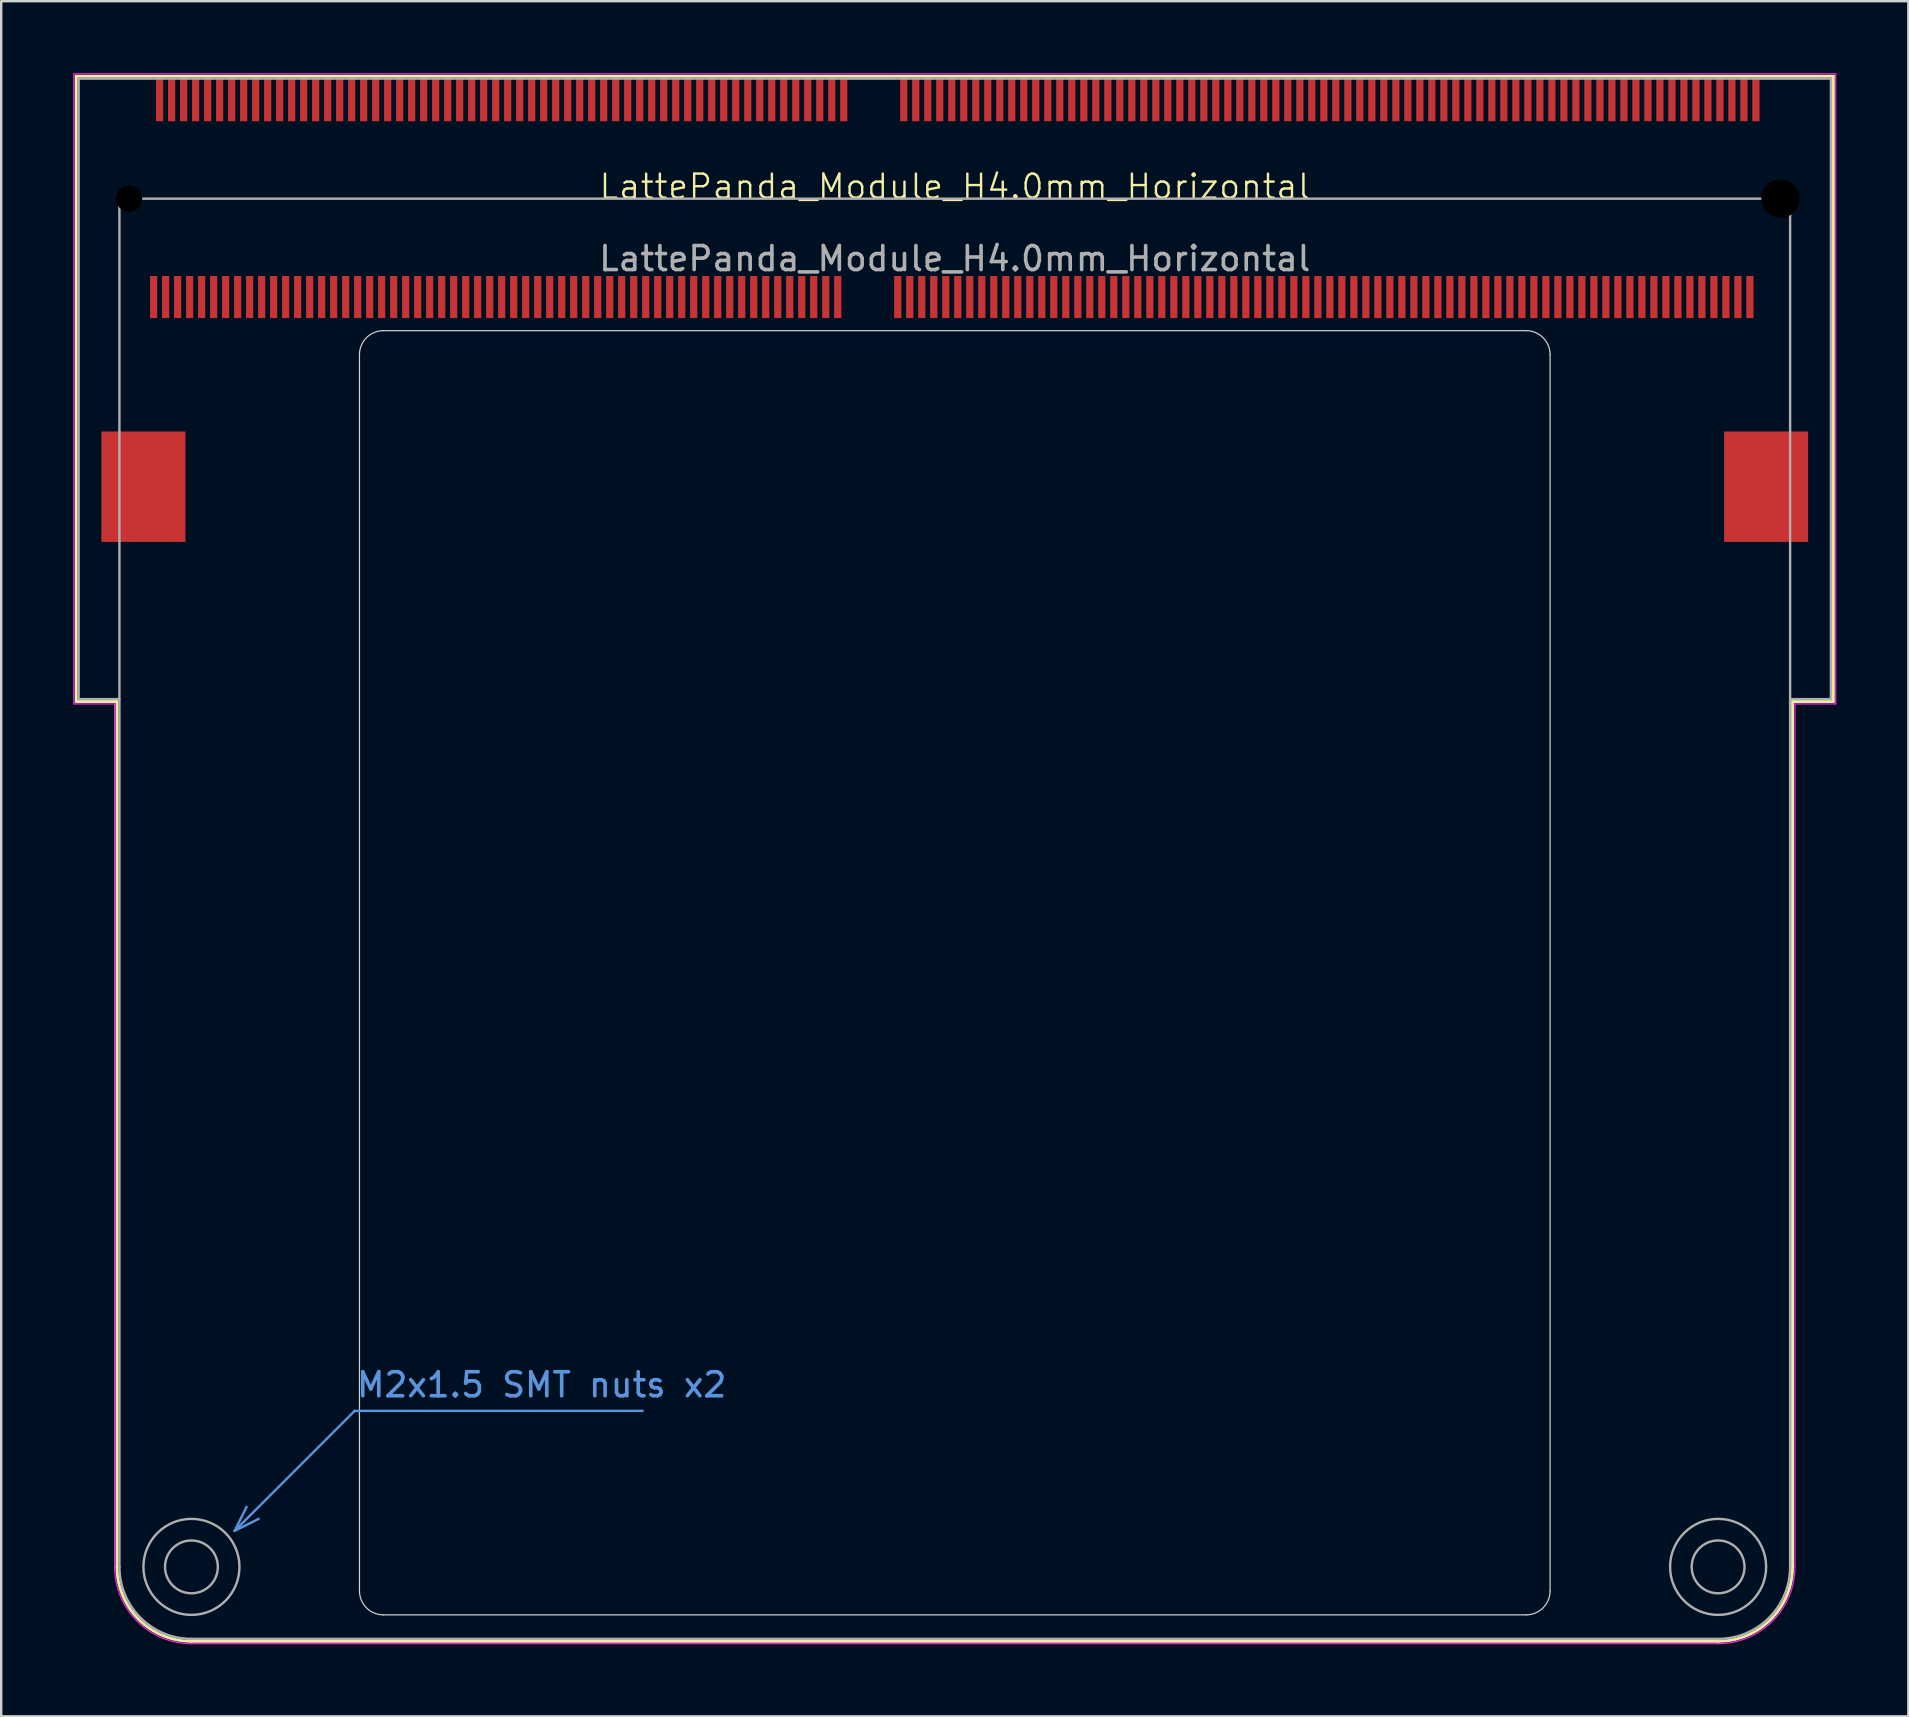
<source format=kicad_pcb>
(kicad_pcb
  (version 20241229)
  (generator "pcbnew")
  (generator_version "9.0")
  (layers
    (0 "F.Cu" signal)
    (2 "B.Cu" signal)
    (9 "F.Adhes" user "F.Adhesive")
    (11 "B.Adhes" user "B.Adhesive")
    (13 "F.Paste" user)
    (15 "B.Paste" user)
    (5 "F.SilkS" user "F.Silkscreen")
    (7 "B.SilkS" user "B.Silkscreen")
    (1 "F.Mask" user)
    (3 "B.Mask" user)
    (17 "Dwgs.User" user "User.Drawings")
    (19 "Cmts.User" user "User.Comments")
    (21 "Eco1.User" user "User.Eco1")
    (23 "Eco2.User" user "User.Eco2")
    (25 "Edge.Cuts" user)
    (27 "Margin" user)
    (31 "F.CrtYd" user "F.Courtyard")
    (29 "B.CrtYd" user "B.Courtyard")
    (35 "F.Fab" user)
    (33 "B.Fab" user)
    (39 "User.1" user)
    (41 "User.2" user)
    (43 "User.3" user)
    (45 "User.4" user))
  (footprint "LattePanda_Module_H4.0mm_Horizontal"
    (layer "F.Cu")
    (at 36.725 5.225)
    (property "Reference" "LattePanda_Module_H4.0mm_Horizontal" (at 0 -0.5 0) (unlocked yes) (layer "F.SilkS") (effects (font (size 1 1) (thickness 0.1))))
    (attr smd)
    (fp_line (start -36.6 -5.1) (end -36.6 20.95) (stroke (width 0.12) (type default)) (layer "F.SilkS"))
    (fp_line (start -36.6 -5.1) (end 36.6 -5.1) (stroke (width 0.12) (type default)) (layer "F.SilkS"))
    (fp_line (start -36.6 20.95) (end -34.9 20.95) (stroke (width 0.12) (type default)) (layer "F.SilkS"))
    (fp_line (start -34.9 57) (end -34.9 20.95) (stroke (width 0.12) (type default)) (layer "F.SilkS"))
    (fp_line (start -31.8 60.1) (end 31.8 60.1) (stroke (width 0.12) (type default)) (layer "F.SilkS"))
    (fp_line (start 34.9 20.95) (end 36.6 20.95) (stroke (width 0.12) (type default)) (layer "F.SilkS"))
    (fp_line (start 34.9 57) (end 34.9 20.95) (stroke (width 0.12) (type default)) (layer "F.SilkS"))
    (fp_line (start 36.6 -5.1) (end 36.6 20.95) (stroke (width 0.12) (type default)) (layer "F.SilkS"))
    (fp_arc (start -31.8 60.1) (mid -33.992031 59.192031) (end -34.9 57) (stroke (width 0.12) (type default)) (layer "F.SilkS"))
    (fp_arc (start 34.9 57) (mid 33.992031 59.192031) (end 31.8 60.1) (stroke (width 0.12) (type default)) (layer "F.SilkS"))
    (fp_line (start -30 55.5) (end -29.5 54.5) (stroke (width 0.1) (type default)) (layer "Cmts.User"))
    (fp_line (start -30 55.5) (end -29 55) (stroke (width 0.1) (type default)) (layer "Cmts.User"))
    (fp_line (start -25 50.5) (end -30 55.5) (stroke (width 0.1) (type default)) (layer "Cmts.User"))
    (fp_line (start -25 50.5) (end -13 50.5) (stroke (width 0.1) (type default)) (layer "Cmts.User"))
    (fp_line (start -24.8 6.5) (end -24.8 58) (stroke (width 0.05) (type default)) (layer "Edge.Cuts"))
    (fp_line (start -23.8 5.5) (end 23.8 5.5) (stroke (width 0.05) (type default)) (layer "Edge.Cuts"))
    (fp_line (start -23.8 59) (end 23.8 59) (stroke (width 0.05) (type default)) (layer "Edge.Cuts"))
    (fp_line (start 24.8 6.5) (end 24.8 58) (stroke (width 0.05) (type default)) (layer "Edge.Cuts"))
    (fp_arc (start -24.8 6.5) (mid -24.507107 5.792893) (end -23.8 5.5) (stroke (width 0.05) (type default)) (layer "Edge.Cuts"))
    (fp_arc (start -23.8 59) (mid -24.507107 58.707107) (end -24.8 58) (stroke (width 0.05) (type default)) (layer "Edge.Cuts"))
    (fp_arc (start 23.8 5.5) (mid 24.507107 5.792893) (end 24.8 6.5) (stroke (width 0.05) (type default)) (layer "Edge.Cuts"))
    (fp_arc (start 24.8 58) (mid 24.507107 58.707107) (end 23.8 59) (stroke (width 0.05) (type default)) (layer "Edge.Cuts"))
    (fp_line (start -36.7 -5.2) (end -36.7 21.05) (stroke (width 0.05) (type default)) (layer "F.CrtYd"))
    (fp_line (start -36.7 -5.2) (end 36.7 -5.2) (stroke (width 0.05) (type default)) (layer "F.CrtYd"))
    (fp_line (start -36.7 21.05) (end -35 21.05) (stroke (width 0.05) (type default)) (layer "F.CrtYd"))
    (fp_line (start -35 57) (end -35 21.05) (stroke (width 0.05) (type default)) (layer "F.CrtYd"))
    (fp_line (start -31.8 60.2) (end 31.8 60.2) (stroke (width 0.05) (type default)) (layer "F.CrtYd"))
    (fp_line (start 35 21.05) (end 36.7 21.05) (stroke (width 0.05) (type default)) (layer "F.CrtYd"))
    (fp_line (start 35 57) (end 35 21.05) (stroke (width 0.05) (type default)) (layer "F.CrtYd"))
    (fp_line (start 36.7 -5.2) (end 36.7 21.05) (stroke (width 0.05) (type default)) (layer "F.CrtYd"))
    (fp_arc (start -31.8 60.2) (mid -34.062742 59.262742) (end -35 57) (stroke (width 0.05) (type default)) (layer "F.CrtYd"))
    (fp_arc (start 35 57) (mid 34.062742 59.262742) (end 31.8 60.2) (stroke (width 0.05) (type default)) (layer "F.CrtYd"))
    (fp_line (start -36.5 -5) (end -36.5 20.85) (stroke (width 0.1) (type default)) (layer "F.Fab"))
    (fp_line (start -36.5 -5) (end 36.5 -5) (stroke (width 0.1) (type default)) (layer "F.Fab"))
    (fp_line (start -36.5 20.85) (end -34.8 20.85) (stroke (width 0.1) (type default)) (layer "F.Fab"))
    (fp_line (start -34.8 57) (end -34.8 0) (stroke (width 0.1) (type default)) (layer "F.Fab"))
    (fp_line (start -31.8 60) (end 31.8 60) (stroke (width 0.1) (type default)) (layer "F.Fab"))
    (fp_line (start 34.8 0) (end -34.8 0) (stroke (width 0.1) (type default)) (layer "F.Fab"))
    (fp_line (start 34.8 20.85) (end 36.5 20.85) (stroke (width 0.1) (type default)) (layer "F.Fab"))
    (fp_line (start 34.8 57) (end 34.8 0) (stroke (width 0.1) (type default)) (layer "F.Fab"))
    (fp_line (start 36.5 -5) (end 36.5 20.85) (stroke (width 0.1) (type default)) (layer "F.Fab"))
    (fp_arc (start -31.8 60) (mid -33.92132 59.12132) (end -34.8 57) (stroke (width 0.1) (type default)) (layer "F.Fab"))
    (fp_arc (start 34.8 57) (mid 33.92132 59.12132) (end 31.8 60) (stroke (width 0.1) (type default)) (layer "F.Fab"))
    (fp_circle (center -31.8 57) (end -30.7 57) (stroke (width 0.1) (type default)) (fill no) (layer "F.Fab"))
    (fp_circle (center -31.8 57) (end -29.8 57) (stroke (width 0.1) (type default)) (fill no) (layer "F.Fab"))
    (fp_circle (center 31.8 57) (end 32.9 57) (stroke (width 0.1) (type default)) (fill no) (layer "F.Fab"))
    (fp_circle (center 31.8 57) (end 33.8 57) (stroke (width 0.1) (type default)) (fill no) (layer "F.Fab"))
    (fp_text user "M2x1.5 SMT nuts x2" (at -25 50 0) (unlocked yes) (layer "Cmts.User") (effects (font (size 1 1) (thickness 0.15)) (justify left bottom)))
    (fp_text user "${REFERENCE}" (at 0 2.5 0) (unlocked yes) (layer "F.Fab") (effects (font (size 1 1) (thickness 0.15))))
    (pad "" np_thru_hole circle (at -34.4 0) (size 1.1 1.1) (drill 1.1) (layers "*.Mask"))
    (pad "" np_thru_hole circle (at 34.4 0) (size 1.6 1.6) (drill 1.6) (layers "*.Mask"))
    (pad "1" smd rect (at 33.375 -4.1) (size 0.3 1.75) (layers "F.Cu" "F.Mask" "F.Paste"))
    (pad "2" smd rect (at 33.125 4.1) (size 0.3 1.75) (layers "F.Cu" "F.Mask" "F.Paste"))
    (pad "3" smd rect (at 32.875 -4.1) (size 0.3 1.75) (layers "F.Cu" "F.Mask" "F.Paste"))
    (pad "4" smd rect (at 32.625 4.1) (size 0.3 1.75) (layers "F.Cu" "F.Mask" "F.Paste"))
    (pad "5" smd rect (at 32.375 -4.1) (size 0.3 1.75) (layers "F.Cu" "F.Mask" "F.Paste"))
    (pad "6" smd rect (at 32.125 4.1) (size 0.3 1.75) (layers "F.Cu" "F.Mask" "F.Paste"))
    (pad "7" smd rect (at 31.875 -4.1) (size 0.3 1.75) (layers "F.Cu" "F.Mask" "F.Paste"))
    (pad "8" smd rect (at 31.625 4.1) (size 0.3 1.75) (layers "F.Cu" "F.Mask" "F.Paste"))
    (pad "9" smd rect (at 31.375 -4.1) (size 0.3 1.75) (layers "F.Cu" "F.Mask" "F.Paste"))
    (pad "10" smd rect (at 31.125 4.1) (size 0.3 1.75) (layers "F.Cu" "F.Mask" "F.Paste"))
    (pad "11" smd rect (at 30.875 -4.1) (size 0.3 1.75) (layers "F.Cu" "F.Mask" "F.Paste"))
    (pad "12" smd rect (at 30.625 4.1) (size 0.3 1.75) (layers "F.Cu" "F.Mask" "F.Paste"))
    (pad "13" smd rect (at 30.375 -4.1) (size 0.3 1.75) (layers "F.Cu" "F.Mask" "F.Paste"))
    (pad "14" smd rect (at 30.125 4.1) (size 0.3 1.75) (layers "F.Cu" "F.Mask" "F.Paste"))
    (pad "15" smd rect (at 29.875 -4.1) (size 0.3 1.75) (layers "F.Cu" "F.Mask" "F.Paste"))
    (pad "16" smd rect (at 29.625 4.1) (size 0.3 1.75) (layers "F.Cu" "F.Mask" "F.Paste"))
    (pad "17" smd rect (at 29.375 -4.1) (size 0.3 1.75) (layers "F.Cu" "F.Mask" "F.Paste"))
    (pad "18" smd rect (at 29.125 4.1) (size 0.3 1.75) (layers "F.Cu" "F.Mask" "F.Paste"))
    (pad "19" smd rect (at 28.875 -4.1) (size 0.3 1.75) (layers "F.Cu" "F.Mask" "F.Paste"))
    (pad "20" smd rect (at 28.625 4.1) (size 0.3 1.75) (layers "F.Cu" "F.Mask" "F.Paste"))
    (pad "21" smd rect (at 28.375 -4.1) (size 0.3 1.75) (layers "F.Cu" "F.Mask" "F.Paste"))
    (pad "22" smd rect (at 28.125 4.1) (size 0.3 1.75) (layers "F.Cu" "F.Mask" "F.Paste"))
    (pad "23" smd rect (at 27.875 -4.1) (size 0.3 1.75) (layers "F.Cu" "F.Mask" "F.Paste"))
    (pad "24" smd rect (at 27.625 4.1) (size 0.3 1.75) (layers "F.Cu" "F.Mask" "F.Paste"))
    (pad "25" smd rect (at 27.375 -4.1) (size 0.3 1.75) (layers "F.Cu" "F.Mask" "F.Paste"))
    (pad "26" smd rect (at 27.125 4.1) (size 0.3 1.75) (layers "F.Cu" "F.Mask" "F.Paste"))
    (pad "27" smd rect (at 26.875 -4.1) (size 0.3 1.75) (layers "F.Cu" "F.Mask" "F.Paste"))
    (pad "28" smd rect (at 26.625 4.1) (size 0.3 1.75) (layers "F.Cu" "F.Mask" "F.Paste"))
    (pad "29" smd rect (at 26.375 -4.1) (size 0.3 1.75) (layers "F.Cu" "F.Mask" "F.Paste"))
    (pad "30" smd rect (at 26.125 4.1) (size 0.3 1.75) (layers "F.Cu" "F.Mask" "F.Paste"))
    (pad "31" smd rect (at 25.875 -4.1) (size 0.3 1.75) (layers "F.Cu" "F.Mask" "F.Paste"))
    (pad "32" smd rect (at 25.625 4.1) (size 0.3 1.75) (layers "F.Cu" "F.Mask" "F.Paste"))
    (pad "33" smd rect (at 25.375 -4.1) (size 0.3 1.75) (layers "F.Cu" "F.Mask" "F.Paste"))
    (pad "34" smd rect (at 25.125 4.1) (size 0.3 1.75) (layers "F.Cu" "F.Mask" "F.Paste"))
    (pad "35" smd rect (at 24.875 -4.1) (size 0.3 1.75) (layers "F.Cu" "F.Mask" "F.Paste"))
    (pad "36" smd rect (at 24.625 4.1) (size 0.3 1.75) (layers "F.Cu" "F.Mask" "F.Paste"))
    (pad "37" smd rect (at 24.375 -4.1) (size 0.3 1.75) (layers "F.Cu" "F.Mask" "F.Paste"))
    (pad "38" smd rect (at 24.125 4.1) (size 0.3 1.75) (layers "F.Cu" "F.Mask" "F.Paste"))
    (pad "39" smd rect (at 23.875 -4.1) (size 0.3 1.75) (layers "F.Cu" "F.Mask" "F.Paste"))
    (pad "40" smd rect (at 23.625 4.1) (size 0.3 1.75) (layers "F.Cu" "F.Mask" "F.Paste"))
    (pad "41" smd rect (at 23.375 -4.1) (size 0.3 1.75) (layers "F.Cu" "F.Mask" "F.Paste"))
    (pad "42" smd rect (at 23.125 4.1) (size 0.3 1.75) (layers "F.Cu" "F.Mask" "F.Paste"))
    (pad "43" smd rect (at 22.875 -4.1) (size 0.3 1.75) (layers "F.Cu" "F.Mask" "F.Paste"))
    (pad "44" smd rect (at 22.625 4.1) (size 0.3 1.75) (layers "F.Cu" "F.Mask" "F.Paste"))
    (pad "45" smd rect (at 22.375 -4.1) (size 0.3 1.75) (layers "F.Cu" "F.Mask" "F.Paste"))
    (pad "46" smd rect (at 22.125 4.1) (size 0.3 1.75) (layers "F.Cu" "F.Mask" "F.Paste"))
    (pad "47" smd rect (at 21.875 -4.1) (size 0.3 1.75) (layers "F.Cu" "F.Mask" "F.Paste"))
    (pad "48" smd rect (at 21.625 4.1) (size 0.3 1.75) (layers "F.Cu" "F.Mask" "F.Paste"))
    (pad "49" smd rect (at 21.375 -4.1) (size 0.3 1.75) (layers "F.Cu" "F.Mask" "F.Paste"))
    (pad "50" smd rect (at 21.125 4.1) (size 0.3 1.75) (layers "F.Cu" "F.Mask" "F.Paste"))
    (pad "51" smd rect (at 20.875 -4.1) (size 0.3 1.75) (layers "F.Cu" "F.Mask" "F.Paste"))
    (pad "52" smd rect (at 20.625 4.1) (size 0.3 1.75) (layers "F.Cu" "F.Mask" "F.Paste"))
    (pad "53" smd rect (at 20.375 -4.1) (size 0.3 1.75) (layers "F.Cu" "F.Mask" "F.Paste"))
    (pad "54" smd rect (at 20.125 4.1) (size 0.3 1.75) (layers "F.Cu" "F.Mask" "F.Paste"))
    (pad "55" smd rect (at 19.875 -4.1) (size 0.3 1.75) (layers "F.Cu" "F.Mask" "F.Paste"))
    (pad "56" smd rect (at 19.625 4.1) (size 0.3 1.75) (layers "F.Cu" "F.Mask" "F.Paste"))
    (pad "57" smd rect (at 19.375 -4.1) (size 0.3 1.75) (layers "F.Cu" "F.Mask" "F.Paste"))
    (pad "58" smd rect (at 19.125 4.1) (size 0.3 1.75) (layers "F.Cu" "F.Mask" "F.Paste"))
    (pad "59" smd rect (at 18.875 -4.1) (size 0.3 1.75) (layers "F.Cu" "F.Mask" "F.Paste"))
    (pad "60" smd rect (at 18.625 4.1) (size 0.3 1.75) (layers "F.Cu" "F.Mask" "F.Paste"))
    (pad "61" smd rect (at 18.375 -4.1) (size 0.3 1.75) (layers "F.Cu" "F.Mask" "F.Paste"))
    (pad "62" smd rect (at 18.125 4.1) (size 0.3 1.75) (layers "F.Cu" "F.Mask" "F.Paste"))
    (pad "63" smd rect (at 17.875 -4.1) (size 0.3 1.75) (layers "F.Cu" "F.Mask" "F.Paste"))
    (pad "64" smd rect (at 17.625 4.1) (size 0.3 1.75) (layers "F.Cu" "F.Mask" "F.Paste"))
    (pad "65" smd rect (at 17.375 -4.1) (size 0.3 1.75) (layers "F.Cu" "F.Mask" "F.Paste"))
    (pad "66" smd rect (at 17.125 4.1) (size 0.3 1.75) (layers "F.Cu" "F.Mask" "F.Paste"))
    (pad "67" smd rect (at 16.875 -4.1) (size 0.3 1.75) (layers "F.Cu" "F.Mask" "F.Paste"))
    (pad "68" smd rect (at 16.625 4.1) (size 0.3 1.75) (layers "F.Cu" "F.Mask" "F.Paste"))
    (pad "69" smd rect (at 16.375 -4.1) (size 0.3 1.75) (layers "F.Cu" "F.Mask" "F.Paste"))
    (pad "70" smd rect (at 16.125 4.1) (size 0.3 1.75) (layers "F.Cu" "F.Mask" "F.Paste"))
    (pad "71" smd rect (at 15.875 -4.1) (size 0.3 1.75) (layers "F.Cu" "F.Mask" "F.Paste"))
    (pad "72" smd rect (at 15.625 4.1) (size 0.3 1.75) (layers "F.Cu" "F.Mask" "F.Paste"))
    (pad "73" smd rect (at 15.375 -4.1) (size 0.3 1.75) (layers "F.Cu" "F.Mask" "F.Paste"))
    (pad "74" smd rect (at 15.125 4.1) (size 0.3 1.75) (layers "F.Cu" "F.Mask" "F.Paste"))
    (pad "75" smd rect (at 14.875 -4.1) (size 0.3 1.75) (layers "F.Cu" "F.Mask" "F.Paste"))
    (pad "76" smd rect (at 14.625 4.1) (size 0.3 1.75) (layers "F.Cu" "F.Mask" "F.Paste"))
    (pad "77" smd rect (at 14.375 -4.1) (size 0.3 1.75) (layers "F.Cu" "F.Mask" "F.Paste"))
    (pad "78" smd rect (at 14.125 4.1) (size 0.3 1.75) (layers "F.Cu" "F.Mask" "F.Paste"))
    (pad "79" smd rect (at 13.875 -4.1) (size 0.3 1.75) (layers "F.Cu" "F.Mask" "F.Paste"))
    (pad "80" smd rect (at 13.625 4.1) (size 0.3 1.75) (layers "F.Cu" "F.Mask" "F.Paste"))
    (pad "81" smd rect (at 13.375 -4.1) (size 0.3 1.75) (layers "F.Cu" "F.Mask" "F.Paste"))
    (pad "82" smd rect (at 13.125 4.1) (size 0.3 1.75) (layers "F.Cu" "F.Mask" "F.Paste"))
    (pad "83" smd rect (at 12.875 -4.1) (size 0.3 1.75) (layers "F.Cu" "F.Mask" "F.Paste"))
    (pad "84" smd rect (at 12.625 4.1) (size 0.3 1.75) (layers "F.Cu" "F.Mask" "F.Paste"))
    (pad "85" smd rect (at 12.375 -4.1) (size 0.3 1.75) (layers "F.Cu" "F.Mask" "F.Paste"))
    (pad "86" smd rect (at 12.125 4.1) (size 0.3 1.75) (layers "F.Cu" "F.Mask" "F.Paste"))
    (pad "87" smd rect (at 11.875 -4.1) (size 0.3 1.75) (layers "F.Cu" "F.Mask" "F.Paste"))
    (pad "88" smd rect (at 11.625 4.1) (size 0.3 1.75) (layers "F.Cu" "F.Mask" "F.Paste"))
    (pad "89" smd rect (at 11.375 -4.1) (size 0.3 1.75) (layers "F.Cu" "F.Mask" "F.Paste"))
    (pad "90" smd rect (at 11.125 4.1) (size 0.3 1.75) (layers "F.Cu" "F.Mask" "F.Paste"))
    (pad "91" smd rect (at 10.875 -4.1) (size 0.3 1.75) (layers "F.Cu" "F.Mask" "F.Paste"))
    (pad "92" smd rect (at 10.625 4.1) (size 0.3 1.75) (layers "F.Cu" "F.Mask" "F.Paste"))
    (pad "93" smd rect (at 10.375 -4.1) (size 0.3 1.75) (layers "F.Cu" "F.Mask" "F.Paste"))
    (pad "94" smd rect (at 10.125 4.1) (size 0.3 1.75) (layers "F.Cu" "F.Mask" "F.Paste"))
    (pad "95" smd rect (at 9.875 -4.1) (size 0.3 1.75) (layers "F.Cu" "F.Mask" "F.Paste"))
    (pad "96" smd rect (at 9.625 4.1) (size 0.3 1.75) (layers "F.Cu" "F.Mask" "F.Paste"))
    (pad "97" smd rect (at 9.375 -4.1) (size 0.3 1.75) (layers "F.Cu" "F.Mask" "F.Paste"))
    (pad "98" smd rect (at 9.125 4.1) (size 0.3 1.75) (layers "F.Cu" "F.Mask" "F.Paste"))
    (pad "99" smd rect (at 8.875 -4.1) (size 0.3 1.75) (layers "F.Cu" "F.Mask" "F.Paste"))
    (pad "100" smd rect (at 8.625 4.1) (size 0.3 1.75) (layers "F.Cu" "F.Mask" "F.Paste"))
    (pad "101" smd rect (at 8.375 -4.1) (size 0.3 1.75) (layers "F.Cu" "F.Mask" "F.Paste"))
    (pad "102" smd rect (at 8.125 4.1) (size 0.3 1.75) (layers "F.Cu" "F.Mask" "F.Paste"))
    (pad "103" smd rect (at 7.875 -4.1) (size 0.3 1.75) (layers "F.Cu" "F.Mask" "F.Paste"))
    (pad "104" smd rect (at 7.625 4.1) (size 0.3 1.75) (layers "F.Cu" "F.Mask" "F.Paste"))
    (pad "105" smd rect (at 7.375 -4.1) (size 0.3 1.75) (layers "F.Cu" "F.Mask" "F.Paste"))
    (pad "106" smd rect (at 7.125 4.1) (size 0.3 1.75) (layers "F.Cu" "F.Mask" "F.Paste"))
    (pad "107" smd rect (at 6.875 -4.1) (size 0.3 1.75) (layers "F.Cu" "F.Mask" "F.Paste"))
    (pad "108" smd rect (at 6.625 4.1) (size 0.3 1.75) (layers "F.Cu" "F.Mask" "F.Paste"))
    (pad "109" smd rect (at 6.375 -4.1) (size 0.3 1.75) (layers "F.Cu" "F.Mask" "F.Paste"))
    (pad "110" smd rect (at 6.125 4.1) (size 0.3 1.75) (layers "F.Cu" "F.Mask" "F.Paste"))
    (pad "111" smd rect (at 5.875 -4.1) (size 0.3 1.75) (layers "F.Cu" "F.Mask" "F.Paste"))
    (pad "112" smd rect (at 5.625 4.1) (size 0.3 1.75) (layers "F.Cu" "F.Mask" "F.Paste"))
    (pad "113" smd rect (at 5.375 -4.1) (size 0.3 1.75) (layers "F.Cu" "F.Mask" "F.Paste"))
    (pad "114" smd rect (at 5.125 4.1) (size 0.3 1.75) (layers "F.Cu" "F.Mask" "F.Paste"))
    (pad "115" smd rect (at 4.875 -4.1) (size 0.3 1.75) (layers "F.Cu" "F.Mask" "F.Paste"))
    (pad "116" smd rect (at 4.625 4.1) (size 0.3 1.75) (layers "F.Cu" "F.Mask" "F.Paste"))
    (pad "117" smd rect (at 4.375 -4.1) (size 0.3 1.75) (layers "F.Cu" "F.Mask" "F.Paste"))
    (pad "118" smd rect (at 4.125 4.1) (size 0.3 1.75) (layers "F.Cu" "F.Mask" "F.Paste"))
    (pad "119" smd rect (at 3.875 -4.1) (size 0.3 1.75) (layers "F.Cu" "F.Mask" "F.Paste"))
    (pad "120" smd rect (at 3.625 4.1) (size 0.3 1.75) (layers "F.Cu" "F.Mask" "F.Paste"))
    (pad "121" smd rect (at 3.375 -4.1) (size 0.3 1.75) (layers "F.Cu" "F.Mask" "F.Paste"))
    (pad "122" smd rect (at 3.125 4.1) (size 0.3 1.75) (layers "F.Cu" "F.Mask" "F.Paste"))
    (pad "123" smd rect (at 2.875 -4.1) (size 0.3 1.75) (layers "F.Cu" "F.Mask" "F.Paste"))
    (pad "124" smd rect (at 2.625 4.1) (size 0.3 1.75) (layers "F.Cu" "F.Mask" "F.Paste"))
    (pad "125" smd rect (at 2.375 -4.1) (size 0.3 1.75) (layers "F.Cu" "F.Mask" "F.Paste"))
    (pad "126" smd rect (at 2.125 4.1) (size 0.3 1.75) (layers "F.Cu" "F.Mask" "F.Paste"))
    (pad "127" smd rect (at 1.875 -4.1) (size 0.3 1.75) (layers "F.Cu" "F.Mask" "F.Paste"))
    (pad "128" smd rect (at 1.625 4.1) (size 0.3 1.75) (layers "F.Cu" "F.Mask" "F.Paste"))
    (pad "129" smd rect (at 1.375 -4.1) (size 0.3 1.75) (layers "F.Cu" "F.Mask" "F.Paste"))
    (pad "130" smd rect (at 1.125 4.1) (size 0.3 1.75) (layers "F.Cu" "F.Mask" "F.Paste"))
    (pad "131" smd rect (at 0.875 -4.1) (size 0.3 1.75) (layers "F.Cu" "F.Mask" "F.Paste"))
    (pad "132" smd rect (at 0.625 4.1) (size 0.3 1.75) (layers "F.Cu" "F.Mask" "F.Paste"))
    (pad "133" smd rect (at 0.375 -4.1) (size 0.3 1.75) (layers "F.Cu" "F.Mask" "F.Paste"))
    (pad "134" smd rect (at 0.125 4.1) (size 0.3 1.75) (layers "F.Cu" "F.Mask" "F.Paste"))
    (pad "135" smd rect (at -0.125 -4.1) (size 0.3 1.75) (layers "F.Cu" "F.Mask" "F.Paste"))
    (pad "136" smd rect (at -0.375 4.1) (size 0.3 1.75) (layers "F.Cu" "F.Mask" "F.Paste"))
    (pad "137" smd rect (at -0.625 -4.1) (size 0.3 1.75) (layers "F.Cu" "F.Mask" "F.Paste"))
    (pad "138" smd rect (at -0.875 4.1) (size 0.3 1.75) (layers "F.Cu" "F.Mask" "F.Paste"))
    (pad "139" smd rect (at -1.125 -4.1) (size 0.3 1.75) (layers "F.Cu" "F.Mask" "F.Paste"))
    (pad "140" smd rect (at -1.375 4.1) (size 0.3 1.75) (layers "F.Cu" "F.Mask" "F.Paste"))
    (pad "141" smd rect (at -1.625 -4.1) (size 0.3 1.75) (layers "F.Cu" "F.Mask" "F.Paste"))
    (pad "142" smd rect (at -1.875 4.1) (size 0.3 1.75) (layers "F.Cu" "F.Mask" "F.Paste"))
    (pad "143" smd rect (at -2.125 -4.1) (size 0.3 1.75) (layers "F.Cu" "F.Mask" "F.Paste"))
    (pad "144" smd rect (at -2.375 4.1) (size 0.3 1.75) (layers "F.Cu" "F.Mask" "F.Paste"))
    (pad "145" smd rect (at -4.625 -4.1) (size 0.3 1.75) (layers "F.Cu" "F.Mask" "F.Paste"))
    (pad "146" smd rect (at -4.875 4.1) (size 0.3 1.75) (layers "F.Cu" "F.Mask" "F.Paste"))
    (pad "147" smd rect (at -5.125 -4.1) (size 0.3 1.75) (layers "F.Cu" "F.Mask" "F.Paste"))
    (pad "148" smd rect (at -5.375 4.1) (size 0.3 1.75) (layers "F.Cu" "F.Mask" "F.Paste"))
    (pad "149" smd rect (at -5.625 -4.1) (size 0.3 1.75) (layers "F.Cu" "F.Mask" "F.Paste"))
    (pad "150" smd rect (at -5.875 4.1) (size 0.3 1.75) (layers "F.Cu" "F.Mask" "F.Paste"))
    (pad "151" smd rect (at -6.125 -4.1) (size 0.3 1.75) (layers "F.Cu" "F.Mask" "F.Paste"))
    (pad "152" smd rect (at -6.375 4.1) (size 0.3 1.75) (layers "F.Cu" "F.Mask" "F.Paste"))
    (pad "153" smd rect (at -6.625 -4.1) (size 0.3 1.75) (layers "F.Cu" "F.Mask" "F.Paste"))
    (pad "154" smd rect (at -6.875 4.1) (size 0.3 1.75) (layers "F.Cu" "F.Mask" "F.Paste"))
    (pad "155" smd rect (at -7.125 -4.1) (size 0.3 1.75) (layers "F.Cu" "F.Mask" "F.Paste"))
    (pad "156" smd rect (at -7.375 4.1) (size 0.3 1.75) (layers "F.Cu" "F.Mask" "F.Paste"))
    (pad "157" smd rect (at -7.625 -4.1) (size 0.3 1.75) (layers "F.Cu" "F.Mask" "F.Paste"))
    (pad "158" smd rect (at -7.875 4.1) (size 0.3 1.75) (layers "F.Cu" "F.Mask" "F.Paste"))
    (pad "159" smd rect (at -8.125 -4.1) (size 0.3 1.75) (layers "F.Cu" "F.Mask" "F.Paste"))
    (pad "160" smd rect (at -8.375 4.1) (size 0.3 1.75) (layers "F.Cu" "F.Mask" "F.Paste"))
    (pad "161" smd rect (at -8.625 -4.1) (size 0.3 1.75) (layers "F.Cu" "F.Mask" "F.Paste"))
    (pad "162" smd rect (at -8.875 4.1) (size 0.3 1.75) (layers "F.Cu" "F.Mask" "F.Paste"))
    (pad "163" smd rect (at -9.125 -4.1) (size 0.3 1.75) (layers "F.Cu" "F.Mask" "F.Paste"))
    (pad "164" smd rect (at -9.375 4.1) (size 0.3 1.75) (layers "F.Cu" "F.Mask" "F.Paste"))
    (pad "165" smd rect (at -9.625 -4.1) (size 0.3 1.75) (layers "F.Cu" "F.Mask" "F.Paste"))
    (pad "166" smd rect (at -9.875 4.1) (size 0.3 1.75) (layers "F.Cu" "F.Mask" "F.Paste"))
    (pad "167" smd rect (at -10.125 -4.1) (size 0.3 1.75) (layers "F.Cu" "F.Mask" "F.Paste"))
    (pad "168" smd rect (at -10.375 4.1) (size 0.3 1.75) (layers "F.Cu" "F.Mask" "F.Paste"))
    (pad "169" smd rect (at -10.625 -4.1) (size 0.3 1.75) (layers "F.Cu" "F.Mask" "F.Paste"))
    (pad "170" smd rect (at -10.875 4.1) (size 0.3 1.75) (layers "F.Cu" "F.Mask" "F.Paste"))
    (pad "171" smd rect (at -11.125 -4.1) (size 0.3 1.75) (layers "F.Cu" "F.Mask" "F.Paste"))
    (pad "172" smd rect (at -11.375 4.1) (size 0.3 1.75) (layers "F.Cu" "F.Mask" "F.Paste"))
    (pad "173" smd rect (at -11.625 -4.1) (size 0.3 1.75) (layers "F.Cu" "F.Mask" "F.Paste"))
    (pad "174" smd rect (at -11.875 4.1) (size 0.3 1.75) (layers "F.Cu" "F.Mask" "F.Paste"))
    (pad "175" smd rect (at -12.125 -4.1) (size 0.3 1.75) (layers "F.Cu" "F.Mask" "F.Paste"))
    (pad "176" smd rect (at -12.375 4.1) (size 0.3 1.75) (layers "F.Cu" "F.Mask" "F.Paste"))
    (pad "177" smd rect (at -12.625 -4.1) (size 0.3 1.75) (layers "F.Cu" "F.Mask" "F.Paste"))
    (pad "178" smd rect (at -12.875 4.1) (size 0.3 1.75) (layers "F.Cu" "F.Mask" "F.Paste"))
    (pad "179" smd rect (at -13.125 -4.1) (size 0.3 1.75) (layers "F.Cu" "F.Mask" "F.Paste"))
    (pad "180" smd rect (at -13.375 4.1) (size 0.3 1.75) (layers "F.Cu" "F.Mask" "F.Paste"))
    (pad "181" smd rect (at -13.625 -4.1) (size 0.3 1.75) (layers "F.Cu" "F.Mask" "F.Paste"))
    (pad "182" smd rect (at -13.875 4.1) (size 0.3 1.75) (layers "F.Cu" "F.Mask" "F.Paste"))
    (pad "183" smd rect (at -14.125 -4.1) (size 0.3 1.75) (layers "F.Cu" "F.Mask" "F.Paste"))
    (pad "184" smd rect (at -14.375 4.1) (size 0.3 1.75) (layers "F.Cu" "F.Mask" "F.Paste"))
    (pad "185" smd rect (at -14.625 -4.1) (size 0.3 1.75) (layers "F.Cu" "F.Mask" "F.Paste"))
    (pad "186" smd rect (at -14.875 4.1) (size 0.3 1.75) (layers "F.Cu" "F.Mask" "F.Paste"))
    (pad "187" smd rect (at -15.125 -4.1) (size 0.3 1.75) (layers "F.Cu" "F.Mask" "F.Paste"))
    (pad "188" smd rect (at -15.375 4.1) (size 0.3 1.75) (layers "F.Cu" "F.Mask" "F.Paste"))
    (pad "189" smd rect (at -15.625 -4.1) (size 0.3 1.75) (layers "F.Cu" "F.Mask" "F.Paste"))
    (pad "190" smd rect (at -15.875 4.1) (size 0.3 1.75) (layers "F.Cu" "F.Mask" "F.Paste"))
    (pad "191" smd rect (at -16.125 -4.1) (size 0.3 1.75) (layers "F.Cu" "F.Mask" "F.Paste"))
    (pad "192" smd rect (at -16.375 4.1) (size 0.3 1.75) (layers "F.Cu" "F.Mask" "F.Paste"))
    (pad "193" smd rect (at -16.625 -4.1) (size 0.3 1.75) (layers "F.Cu" "F.Mask" "F.Paste"))
    (pad "194" smd rect (at -16.875 4.1) (size 0.3 1.75) (layers "F.Cu" "F.Mask" "F.Paste"))
    (pad "195" smd rect (at -17.125 -4.1) (size 0.3 1.75) (layers "F.Cu" "F.Mask" "F.Paste"))
    (pad "196" smd rect (at -17.375 4.1) (size 0.3 1.75) (layers "F.Cu" "F.Mask" "F.Paste"))
    (pad "197" smd rect (at -17.625 -4.1) (size 0.3 1.75) (layers "F.Cu" "F.Mask" "F.Paste"))
    (pad "198" smd rect (at -17.875 4.1) (size 0.3 1.75) (layers "F.Cu" "F.Mask" "F.Paste"))
    (pad "199" smd rect (at -18.125 -4.1) (size 0.3 1.75) (layers "F.Cu" "F.Mask" "F.Paste"))
    (pad "200" smd rect (at -18.375 4.1) (size 0.3 1.75) (layers "F.Cu" "F.Mask" "F.Paste"))
    (pad "201" smd rect (at -18.625 -4.1) (size 0.3 1.75) (layers "F.Cu" "F.Mask" "F.Paste"))
    (pad "202" smd rect (at -18.875 4.1) (size 0.3 1.75) (layers "F.Cu" "F.Mask" "F.Paste"))
    (pad "203" smd rect (at -19.125 -4.1) (size 0.3 1.75) (layers "F.Cu" "F.Mask" "F.Paste"))
    (pad "204" smd rect (at -19.375 4.1) (size 0.3 1.75) (layers "F.Cu" "F.Mask" "F.Paste"))
    (pad "205" smd rect (at -19.625 -4.1) (size 0.3 1.75) (layers "F.Cu" "F.Mask" "F.Paste"))
    (pad "206" smd rect (at -19.875 4.1) (size 0.3 1.75) (layers "F.Cu" "F.Mask" "F.Paste"))
    (pad "207" smd rect (at -20.125 -4.1) (size 0.3 1.75) (layers "F.Cu" "F.Mask" "F.Paste"))
    (pad "208" smd rect (at -20.375 4.1) (size 0.3 1.75) (layers "F.Cu" "F.Mask" "F.Paste"))
    (pad "209" smd rect (at -20.625 -4.1) (size 0.3 1.75) (layers "F.Cu" "F.Mask" "F.Paste"))
    (pad "210" smd rect (at -20.875 4.1) (size 0.3 1.75) (layers "F.Cu" "F.Mask" "F.Paste"))
    (pad "211" smd rect (at -21.125 -4.1) (size 0.3 1.75) (layers "F.Cu" "F.Mask" "F.Paste"))
    (pad "212" smd rect (at -21.375 4.1) (size 0.3 1.75) (layers "F.Cu" "F.Mask" "F.Paste"))
    (pad "213" smd rect (at -21.625 -4.1) (size 0.3 1.75) (layers "F.Cu" "F.Mask" "F.Paste"))
    (pad "214" smd rect (at -21.875 4.1) (size 0.3 1.75) (layers "F.Cu" "F.Mask" "F.Paste"))
    (pad "215" smd rect (at -22.125 -4.1) (size 0.3 1.75) (layers "F.Cu" "F.Mask" "F.Paste"))
    (pad "216" smd rect (at -22.375 4.1) (size 0.3 1.75) (layers "F.Cu" "F.Mask" "F.Paste"))
    (pad "217" smd rect (at -22.625 -4.1) (size 0.3 1.75) (layers "F.Cu" "F.Mask" "F.Paste"))
    (pad "218" smd rect (at -22.875 4.1) (size 0.3 1.75) (layers "F.Cu" "F.Mask" "F.Paste"))
    (pad "219" smd rect (at -23.125 -4.1) (size 0.3 1.75) (layers "F.Cu" "F.Mask" "F.Paste"))
    (pad "220" smd rect (at -23.375 4.1) (size 0.3 1.75) (layers "F.Cu" "F.Mask" "F.Paste"))
    (pad "221" smd rect (at -23.625 -4.1) (size 0.3 1.75) (layers "F.Cu" "F.Mask" "F.Paste"))
    (pad "222" smd rect (at -23.875 4.1) (size 0.3 1.75) (layers "F.Cu" "F.Mask" "F.Paste"))
    (pad "223" smd rect (at -24.125 -4.1) (size 0.3 1.75) (layers "F.Cu" "F.Mask" "F.Paste"))
    (pad "224" smd rect (at -24.375 4.1) (size 0.3 1.75) (layers "F.Cu" "F.Mask" "F.Paste"))
    (pad "225" smd rect (at -24.625 -4.1) (size 0.3 1.75) (layers "F.Cu" "F.Mask" "F.Paste"))
    (pad "226" smd rect (at -24.875 4.1) (size 0.3 1.75) (layers "F.Cu" "F.Mask" "F.Paste"))
    (pad "227" smd rect (at -25.125 -4.1) (size 0.3 1.75) (layers "F.Cu" "F.Mask" "F.Paste"))
    (pad "228" smd rect (at -25.375 4.1) (size 0.3 1.75) (layers "F.Cu" "F.Mask" "F.Paste"))
    (pad "229" smd rect (at -25.625 -4.1) (size 0.3 1.75) (layers "F.Cu" "F.Mask" "F.Paste"))
    (pad "230" smd rect (at -25.875 4.1) (size 0.3 1.75) (layers "F.Cu" "F.Mask" "F.Paste"))
    (pad "231" smd rect (at -26.125 -4.1) (size 0.3 1.75) (layers "F.Cu" "F.Mask" "F.Paste"))
    (pad "232" smd rect (at -26.375 4.1) (size 0.3 1.75) (layers "F.Cu" "F.Mask" "F.Paste"))
    (pad "233" smd rect (at -26.625 -4.1) (size 0.3 1.75) (layers "F.Cu" "F.Mask" "F.Paste"))
    (pad "234" smd rect (at -26.875 4.1) (size 0.3 1.75) (layers "F.Cu" "F.Mask" "F.Paste"))
    (pad "235" smd rect (at -27.125 -4.1) (size 0.3 1.75) (layers "F.Cu" "F.Mask" "F.Paste"))
    (pad "236" smd rect (at -27.375 4.1) (size 0.3 1.75) (layers "F.Cu" "F.Mask" "F.Paste"))
    (pad "237" smd rect (at -27.625 -4.1) (size 0.3 1.75) (layers "F.Cu" "F.Mask" "F.Paste"))
    (pad "238" smd rect (at -27.875 4.1) (size 0.3 1.75) (layers "F.Cu" "F.Mask" "F.Paste"))
    (pad "239" smd rect (at -28.125 -4.1) (size 0.3 1.75) (layers "F.Cu" "F.Mask" "F.Paste"))
    (pad "240" smd rect (at -28.375 4.1) (size 0.3 1.75) (layers "F.Cu" "F.Mask" "F.Paste"))
    (pad "241" smd rect (at -28.625 -4.1) (size 0.3 1.75) (layers "F.Cu" "F.Mask" "F.Paste"))
    (pad "242" smd rect (at -28.875 4.1) (size 0.3 1.75) (layers "F.Cu" "F.Mask" "F.Paste"))
    (pad "243" smd rect (at -29.125 -4.1) (size 0.3 1.75) (layers "F.Cu" "F.Mask" "F.Paste"))
    (pad "244" smd rect (at -29.375 4.1) (size 0.3 1.75) (layers "F.Cu" "F.Mask" "F.Paste"))
    (pad "245" smd rect (at -29.625 -4.1) (size 0.3 1.75) (layers "F.Cu" "F.Mask" "F.Paste"))
    (pad "246" smd rect (at -29.875 4.1) (size 0.3 1.75) (layers "F.Cu" "F.Mask" "F.Paste"))
    (pad "247" smd rect (at -30.125 -4.1) (size 0.3 1.75) (layers "F.Cu" "F.Mask" "F.Paste"))
    (pad "248" smd rect (at -30.375 4.1) (size 0.3 1.75) (layers "F.Cu" "F.Mask" "F.Paste"))
    (pad "249" smd rect (at -30.625 -4.1) (size 0.3 1.75) (layers "F.Cu" "F.Mask" "F.Paste"))
    (pad "250" smd rect (at -30.875 4.1) (size 0.3 1.75) (layers "F.Cu" "F.Mask" "F.Paste"))
    (pad "251" smd rect (at -31.125 -4.1) (size 0.3 1.75) (layers "F.Cu" "F.Mask" "F.Paste"))
    (pad "252" smd rect (at -31.375 4.1) (size 0.3 1.75) (layers "F.Cu" "F.Mask" "F.Paste"))
    (pad "253" smd rect (at -31.625 -4.1) (size 0.3 1.75) (layers "F.Cu" "F.Mask" "F.Paste"))
    (pad "254" smd rect (at -31.875 4.1) (size 0.3 1.75) (layers "F.Cu" "F.Mask" "F.Paste"))
    (pad "255" smd rect (at -32.125 -4.1) (size 0.3 1.75) (layers "F.Cu" "F.Mask" "F.Paste"))
    (pad "256" smd rect (at -32.375 4.1) (size 0.3 1.75) (layers "F.Cu" "F.Mask" "F.Paste"))
    (pad "257" smd rect (at -32.625 -4.1) (size 0.3 1.75) (layers "F.Cu" "F.Mask" "F.Paste"))
    (pad "258" smd rect (at -32.875 4.1) (size 0.3 1.75) (layers "F.Cu" "F.Mask" "F.Paste"))
    (pad "259" smd rect (at -33.125 -4.1) (size 0.3 1.75) (layers "F.Cu" "F.Mask" "F.Paste"))
    (pad "260" smd rect (at -33.375 4.1) (size 0.3 1.75) (layers "F.Cu" "F.Mask" "F.Paste"))
    (pad "MP" smd rect (at -33.8 12) (size 3.5 4.6) (layers "F.Cu" "F.Mask" "F.Paste"))
    (pad "MP" smd rect (at 33.8 12) (size 3.5 4.6) (layers "F.Cu" "F.Mask" "F.Paste"))
    (zone (net_name "") (layers "F.Cu" "B.Cu") (hatch full 0.5) (connect_pads) (min_thickness 0.25) (filled_areas_thickness no) (keepout (tracks not_allowed) (vias not_allowed) (pads not_allowed) (copperpour not_allowed) (footprints not_allowed)) (placement (enabled no)) (fill) (polygon (pts (xy 61.525 64.225) (xy 61.525 10.725) (xy 11.925 10.725) (xy 11.925 64.225)))))
  (gr_rect
    (start -3 -3)
    (end 76.45 68.45)
    (stroke (width 0.1) (type default))
    (fill no)
    (layer "Edge.Cuts")))
</source>
